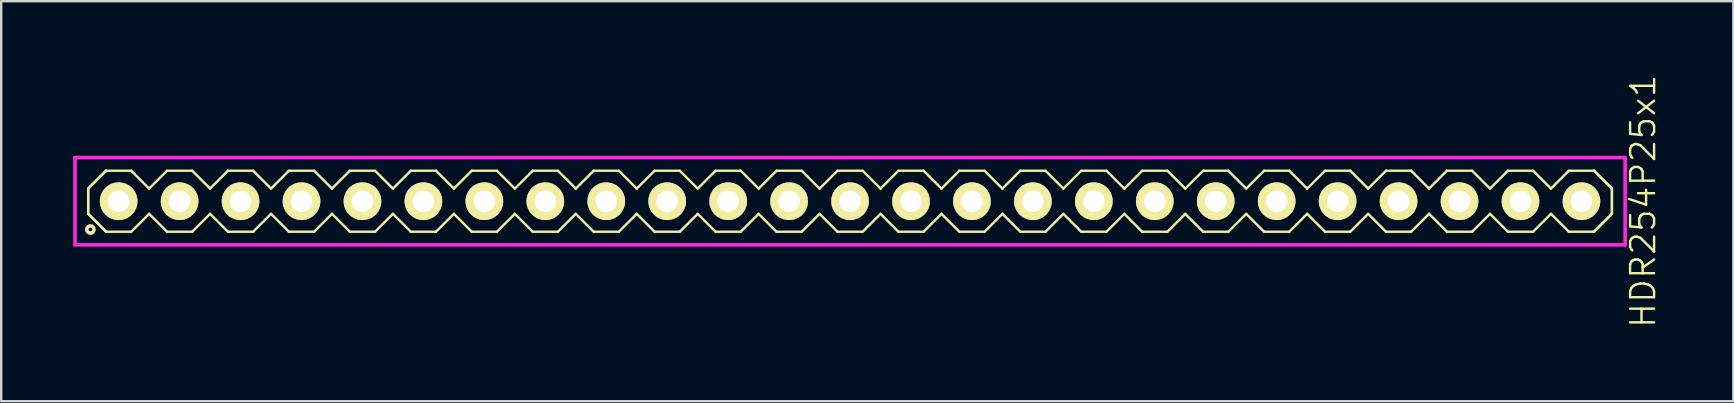
<source format=kicad_pcb>
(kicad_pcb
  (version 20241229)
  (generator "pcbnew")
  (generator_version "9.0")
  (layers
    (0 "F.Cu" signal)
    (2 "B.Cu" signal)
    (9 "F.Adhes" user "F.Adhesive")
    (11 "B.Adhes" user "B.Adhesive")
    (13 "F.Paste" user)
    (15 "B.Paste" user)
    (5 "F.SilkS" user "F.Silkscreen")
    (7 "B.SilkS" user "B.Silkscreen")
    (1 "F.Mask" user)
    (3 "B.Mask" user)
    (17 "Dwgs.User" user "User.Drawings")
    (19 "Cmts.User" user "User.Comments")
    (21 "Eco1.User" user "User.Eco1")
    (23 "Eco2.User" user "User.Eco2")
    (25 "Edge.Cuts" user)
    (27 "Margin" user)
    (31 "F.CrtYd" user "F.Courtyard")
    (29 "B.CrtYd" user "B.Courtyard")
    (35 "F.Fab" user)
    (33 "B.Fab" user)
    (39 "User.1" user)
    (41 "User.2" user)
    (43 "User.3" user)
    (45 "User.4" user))
  (footprint "HDR254P25x1"
    (layer "F.Cu")
    (at 32.375 5.336)
    (property "Reference" "HDR254P25x1" (at 33.05 0 90) (layer "F.SilkS") (effects (font (size 1 1) (thickness 0.1))))
    (attr through_hole)
    (fp_line (start -31.75 -0.526) (end -31.006 -1.27) (stroke (width 0.1) (type solid)) (layer "F.SilkS"))
    (fp_line (start -31.75 -0.526) (end -31.006 -1.27) (stroke (width 0.1) (type solid)) (layer "F.SilkS"))
    (fp_line (start -31.75 0.526) (end -31.75 -0.526) (stroke (width 0.1) (type solid)) (layer "F.SilkS"))
    (fp_line (start -31.75 0.526) (end -31.75 -0.526) (stroke (width 0.1) (type solid)) (layer "F.SilkS"))
    (fp_line (start -31.006 -1.27) (end -29.954 -1.27) (stroke (width 0.1) (type solid)) (layer "F.SilkS"))
    (fp_line (start -31.006 1.27) (end -31.75 0.526) (stroke (width 0.1) (type solid)) (layer "F.SilkS"))
    (fp_line (start -31.006 1.27) (end -31.75 0.526) (stroke (width 0.1) (type solid)) (layer "F.SilkS"))
    (fp_line (start -29.954 -1.27) (end -29.21 -0.526) (stroke (width 0.1) (type solid)) (layer "F.SilkS"))
    (fp_line (start -29.954 1.27) (end -31.006 1.27) (stroke (width 0.1) (type solid)) (layer "F.SilkS"))
    (fp_line (start -29.21 -0.526) (end -28.466 -1.27) (stroke (width 0.1) (type solid)) (layer "F.SilkS"))
    (fp_line (start -29.21 0.526) (end -29.954 1.27) (stroke (width 0.1) (type solid)) (layer "F.SilkS"))
    (fp_line (start -28.466 -1.27) (end -27.414 -1.27) (stroke (width 0.1) (type solid)) (layer "F.SilkS"))
    (fp_line (start -28.466 1.27) (end -29.21 0.526) (stroke (width 0.1) (type solid)) (layer "F.SilkS"))
    (fp_line (start -27.414 -1.27) (end -26.67 -0.526) (stroke (width 0.1) (type solid)) (layer "F.SilkS"))
    (fp_line (start -27.414 1.27) (end -28.466 1.27) (stroke (width 0.1) (type solid)) (layer "F.SilkS"))
    (fp_line (start -26.67 -0.526) (end -25.926 -1.27) (stroke (width 0.1) (type solid)) (layer "F.SilkS"))
    (fp_line (start -26.67 0.526) (end -27.414 1.27) (stroke (width 0.1) (type solid)) (layer "F.SilkS"))
    (fp_line (start -25.926 -1.27) (end -24.874 -1.27) (stroke (width 0.1) (type solid)) (layer "F.SilkS"))
    (fp_line (start -25.926 1.27) (end -26.67 0.526) (stroke (width 0.1) (type solid)) (layer "F.SilkS"))
    (fp_line (start -24.874 -1.27) (end -24.13 -0.526) (stroke (width 0.1) (type solid)) (layer "F.SilkS"))
    (fp_line (start -24.874 1.27) (end -25.926 1.27) (stroke (width 0.1) (type solid)) (layer "F.SilkS"))
    (fp_line (start -24.13 -0.526) (end -23.386 -1.27) (stroke (width 0.1) (type solid)) (layer "F.SilkS"))
    (fp_line (start -24.13 0.526) (end -24.874 1.27) (stroke (width 0.1) (type solid)) (layer "F.SilkS"))
    (fp_line (start -23.386 -1.27) (end -22.334 -1.27) (stroke (width 0.1) (type solid)) (layer "F.SilkS"))
    (fp_line (start -23.386 1.27) (end -24.13 0.526) (stroke (width 0.1) (type solid)) (layer "F.SilkS"))
    (fp_line (start -22.334 -1.27) (end -21.59 -0.526) (stroke (width 0.1) (type solid)) (layer "F.SilkS"))
    (fp_line (start -22.334 1.27) (end -23.386 1.27) (stroke (width 0.1) (type solid)) (layer "F.SilkS"))
    (fp_line (start -21.59 -0.526) (end -20.846 -1.27) (stroke (width 0.1) (type solid)) (layer "F.SilkS"))
    (fp_line (start -21.59 0.526) (end -22.334 1.27) (stroke (width 0.1) (type solid)) (layer "F.SilkS"))
    (fp_line (start -20.846 -1.27) (end -19.794 -1.27) (stroke (width 0.1) (type solid)) (layer "F.SilkS"))
    (fp_line (start -20.846 1.27) (end -21.59 0.526) (stroke (width 0.1) (type solid)) (layer "F.SilkS"))
    (fp_line (start -19.794 -1.27) (end -19.05 -0.526) (stroke (width 0.1) (type solid)) (layer "F.SilkS"))
    (fp_line (start -19.794 1.27) (end -20.846 1.27) (stroke (width 0.1) (type solid)) (layer "F.SilkS"))
    (fp_line (start -19.05 -0.526) (end -18.306 -1.27) (stroke (width 0.1) (type solid)) (layer "F.SilkS"))
    (fp_line (start -19.05 0.526) (end -19.794 1.27) (stroke (width 0.1) (type solid)) (layer "F.SilkS"))
    (fp_line (start -18.306 -1.27) (end -17.254 -1.27) (stroke (width 0.1) (type solid)) (layer "F.SilkS"))
    (fp_line (start -18.306 1.27) (end -19.05 0.526) (stroke (width 0.1) (type solid)) (layer "F.SilkS"))
    (fp_line (start -17.254 -1.27) (end -16.51 -0.526) (stroke (width 0.1) (type solid)) (layer "F.SilkS"))
    (fp_line (start -17.254 1.27) (end -18.306 1.27) (stroke (width 0.1) (type solid)) (layer "F.SilkS"))
    (fp_line (start -16.51 -0.526) (end -15.766 -1.27) (stroke (width 0.1) (type solid)) (layer "F.SilkS"))
    (fp_line (start -16.51 0.526) (end -17.254 1.27) (stroke (width 0.1) (type solid)) (layer "F.SilkS"))
    (fp_line (start -15.766 -1.27) (end -14.714 -1.27) (stroke (width 0.1) (type solid)) (layer "F.SilkS"))
    (fp_line (start -15.766 1.27) (end -16.51 0.526) (stroke (width 0.1) (type solid)) (layer "F.SilkS"))
    (fp_line (start -14.714 -1.27) (end -13.97 -0.526) (stroke (width 0.1) (type solid)) (layer "F.SilkS"))
    (fp_line (start -14.714 1.27) (end -15.766 1.27) (stroke (width 0.1) (type solid)) (layer "F.SilkS"))
    (fp_line (start -13.97 -0.526) (end -13.226 -1.27) (stroke (width 0.1) (type solid)) (layer "F.SilkS"))
    (fp_line (start -13.97 0.526) (end -14.714 1.27) (stroke (width 0.1) (type solid)) (layer "F.SilkS"))
    (fp_line (start -13.226 -1.27) (end -12.174 -1.27) (stroke (width 0.1) (type solid)) (layer "F.SilkS"))
    (fp_line (start -13.226 1.27) (end -13.97 0.526) (stroke (width 0.1) (type solid)) (layer "F.SilkS"))
    (fp_line (start -12.174 -1.27) (end -11.43 -0.526) (stroke (width 0.1) (type solid)) (layer "F.SilkS"))
    (fp_line (start -12.174 1.27) (end -13.226 1.27) (stroke (width 0.1) (type solid)) (layer "F.SilkS"))
    (fp_line (start -11.43 -0.526) (end -10.686 -1.27) (stroke (width 0.1) (type solid)) (layer "F.SilkS"))
    (fp_line (start -11.43 0.526) (end -12.174 1.27) (stroke (width 0.1) (type solid)) (layer "F.SilkS"))
    (fp_line (start -10.686 -1.27) (end -9.634 -1.27) (stroke (width 0.1) (type solid)) (layer "F.SilkS"))
    (fp_line (start -10.686 1.27) (end -11.43 0.526) (stroke (width 0.1) (type solid)) (layer "F.SilkS"))
    (fp_line (start -9.634 -1.27) (end -8.89 -0.526) (stroke (width 0.1) (type solid)) (layer "F.SilkS"))
    (fp_line (start -9.634 1.27) (end -10.686 1.27) (stroke (width 0.1) (type solid)) (layer "F.SilkS"))
    (fp_line (start -8.89 -0.526) (end -8.146 -1.27) (stroke (width 0.1) (type solid)) (layer "F.SilkS"))
    (fp_line (start -8.89 0.526) (end -9.634 1.27) (stroke (width 0.1) (type solid)) (layer "F.SilkS"))
    (fp_line (start -8.146 -1.27) (end -7.094 -1.27) (stroke (width 0.1) (type solid)) (layer "F.SilkS"))
    (fp_line (start -8.146 1.27) (end -8.89 0.526) (stroke (width 0.1) (type solid)) (layer "F.SilkS"))
    (fp_line (start -7.094 -1.27) (end -6.35 -0.526) (stroke (width 0.1) (type solid)) (layer "F.SilkS"))
    (fp_line (start -7.094 1.27) (end -8.146 1.27) (stroke (width 0.1) (type solid)) (layer "F.SilkS"))
    (fp_line (start -6.35 -0.526) (end -5.606 -1.27) (stroke (width 0.1) (type solid)) (layer "F.SilkS"))
    (fp_line (start -6.35 0.526) (end -7.094 1.27) (stroke (width 0.1) (type solid)) (layer "F.SilkS"))
    (fp_line (start -5.606 -1.27) (end -4.554 -1.27) (stroke (width 0.1) (type solid)) (layer "F.SilkS"))
    (fp_line (start -5.606 1.27) (end -6.35 0.526) (stroke (width 0.1) (type solid)) (layer "F.SilkS"))
    (fp_line (start -4.554 -1.27) (end -3.81 -0.526) (stroke (width 0.1) (type solid)) (layer "F.SilkS"))
    (fp_line (start -4.554 1.27) (end -5.606 1.27) (stroke (width 0.1) (type solid)) (layer "F.SilkS"))
    (fp_line (start -3.81 -0.526) (end -3.066 -1.27) (stroke (width 0.1) (type solid)) (layer "F.SilkS"))
    (fp_line (start -3.81 0.526) (end -4.554 1.27) (stroke (width 0.1) (type solid)) (layer "F.SilkS"))
    (fp_line (start -3.066 -1.27) (end -2.014 -1.27) (stroke (width 0.1) (type solid)) (layer "F.SilkS"))
    (fp_line (start -3.066 1.27) (end -3.81 0.526) (stroke (width 0.1) (type solid)) (layer "F.SilkS"))
    (fp_line (start -2.014 -1.27) (end -1.27 -0.526) (stroke (width 0.1) (type solid)) (layer "F.SilkS"))
    (fp_line (start -2.014 1.27) (end -3.066 1.27) (stroke (width 0.1) (type solid)) (layer "F.SilkS"))
    (fp_line (start -1.27 -0.526) (end -0.526 -1.27) (stroke (width 0.1) (type solid)) (layer "F.SilkS"))
    (fp_line (start -1.27 0.526) (end -2.014 1.27) (stroke (width 0.1) (type solid)) (layer "F.SilkS"))
    (fp_line (start -0.526 -1.27) (end 0.526 -1.27) (stroke (width 0.1) (type solid)) (layer "F.SilkS"))
    (fp_line (start -0.526 1.27) (end -1.27 0.526) (stroke (width 0.1) (type solid)) (layer "F.SilkS"))
    (fp_line (start 0.526 -1.27) (end 1.27 -0.526) (stroke (width 0.1) (type solid)) (layer "F.SilkS"))
    (fp_line (start 0.526 1.27) (end -0.526 1.27) (stroke (width 0.1) (type solid)) (layer "F.SilkS"))
    (fp_line (start 1.27 -0.526) (end 2.014 -1.27) (stroke (width 0.1) (type solid)) (layer "F.SilkS"))
    (fp_line (start 1.27 0.526) (end 0.526 1.27) (stroke (width 0.1) (type solid)) (layer "F.SilkS"))
    (fp_line (start 2.014 -1.27) (end 3.066 -1.27) (stroke (width 0.1) (type solid)) (layer "F.SilkS"))
    (fp_line (start 2.014 1.27) (end 1.27 0.526) (stroke (width 0.1) (type solid)) (layer "F.SilkS"))
    (fp_line (start 3.066 -1.27) (end 3.81 -0.526) (stroke (width 0.1) (type solid)) (layer "F.SilkS"))
    (fp_line (start 3.066 1.27) (end 2.014 1.27) (stroke (width 0.1) (type solid)) (layer "F.SilkS"))
    (fp_line (start 3.81 -0.526) (end 4.554 -1.27) (stroke (width 0.1) (type solid)) (layer "F.SilkS"))
    (fp_line (start 3.81 0.526) (end 3.066 1.27) (stroke (width 0.1) (type solid)) (layer "F.SilkS"))
    (fp_line (start 4.554 -1.27) (end 5.606 -1.27) (stroke (width 0.1) (type solid)) (layer "F.SilkS"))
    (fp_line (start 4.554 1.27) (end 3.81 0.526) (stroke (width 0.1) (type solid)) (layer "F.SilkS"))
    (fp_line (start 5.606 -1.27) (end 6.35 -0.526) (stroke (width 0.1) (type solid)) (layer "F.SilkS"))
    (fp_line (start 5.606 1.27) (end 4.554 1.27) (stroke (width 0.1) (type solid)) (layer "F.SilkS"))
    (fp_line (start 6.35 -0.526) (end 7.094 -1.27) (stroke (width 0.1) (type solid)) (layer "F.SilkS"))
    (fp_line (start 6.35 0.526) (end 5.606 1.27) (stroke (width 0.1) (type solid)) (layer "F.SilkS"))
    (fp_line (start 7.094 -1.27) (end 8.146 -1.27) (stroke (width 0.1) (type solid)) (layer "F.SilkS"))
    (fp_line (start 7.094 1.27) (end 6.35 0.526) (stroke (width 0.1) (type solid)) (layer "F.SilkS"))
    (fp_line (start 8.146 -1.27) (end 8.89 -0.526) (stroke (width 0.1) (type solid)) (layer "F.SilkS"))
    (fp_line (start 8.146 1.27) (end 7.094 1.27) (stroke (width 0.1) (type solid)) (layer "F.SilkS"))
    (fp_line (start 8.89 -0.526) (end 9.634 -1.27) (stroke (width 0.1) (type solid)) (layer "F.SilkS"))
    (fp_line (start 8.89 0.526) (end 8.146 1.27) (stroke (width 0.1) (type solid)) (layer "F.SilkS"))
    (fp_line (start 9.634 -1.27) (end 10.686 -1.27) (stroke (width 0.1) (type solid)) (layer "F.SilkS"))
    (fp_line (start 9.634 1.27) (end 8.89 0.526) (stroke (width 0.1) (type solid)) (layer "F.SilkS"))
    (fp_line (start 10.686 -1.27) (end 11.43 -0.526) (stroke (width 0.1) (type solid)) (layer "F.SilkS"))
    (fp_line (start 10.686 1.27) (end 9.634 1.27) (stroke (width 0.1) (type solid)) (layer "F.SilkS"))
    (fp_line (start 11.43 -0.526) (end 12.174 -1.27) (stroke (width 0.1) (type solid)) (layer "F.SilkS"))
    (fp_line (start 11.43 0.526) (end 10.686 1.27) (stroke (width 0.1) (type solid)) (layer "F.SilkS"))
    (fp_line (start 12.174 -1.27) (end 13.226 -1.27) (stroke (width 0.1) (type solid)) (layer "F.SilkS"))
    (fp_line (start 12.174 1.27) (end 11.43 0.526) (stroke (width 0.1) (type solid)) (layer "F.SilkS"))
    (fp_line (start 13.226 -1.27) (end 13.97 -0.526) (stroke (width 0.1) (type solid)) (layer "F.SilkS"))
    (fp_line (start 13.226 1.27) (end 12.174 1.27) (stroke (width 0.1) (type solid)) (layer "F.SilkS"))
    (fp_line (start 13.97 -0.526) (end 14.714 -1.27) (stroke (width 0.1) (type solid)) (layer "F.SilkS"))
    (fp_line (start 13.97 0.526) (end 13.226 1.27) (stroke (width 0.1) (type solid)) (layer "F.SilkS"))
    (fp_line (start 14.714 -1.27) (end 15.766 -1.27) (stroke (width 0.1) (type solid)) (layer "F.SilkS"))
    (fp_line (start 14.714 1.27) (end 13.97 0.526) (stroke (width 0.1) (type solid)) (layer "F.SilkS"))
    (fp_line (start 15.766 -1.27) (end 16.51 -0.526) (stroke (width 0.1) (type solid)) (layer "F.SilkS"))
    (fp_line (start 15.766 1.27) (end 14.714 1.27) (stroke (width 0.1) (type solid)) (layer "F.SilkS"))
    (fp_line (start 16.51 -0.526) (end 17.254 -1.27) (stroke (width 0.1) (type solid)) (layer "F.SilkS"))
    (fp_line (start 16.51 0.526) (end 15.766 1.27) (stroke (width 0.1) (type solid)) (layer "F.SilkS"))
    (fp_line (start 17.254 -1.27) (end 18.306 -1.27) (stroke (width 0.1) (type solid)) (layer "F.SilkS"))
    (fp_line (start 17.254 1.27) (end 16.51 0.526) (stroke (width 0.1) (type solid)) (layer "F.SilkS"))
    (fp_line (start 18.306 -1.27) (end 19.05 -0.526) (stroke (width 0.1) (type solid)) (layer "F.SilkS"))
    (fp_line (start 18.306 1.27) (end 17.254 1.27) (stroke (width 0.1) (type solid)) (layer "F.SilkS"))
    (fp_line (start 19.05 -0.526) (end 19.794 -1.27) (stroke (width 0.1) (type solid)) (layer "F.SilkS"))
    (fp_line (start 19.05 0.526) (end 18.306 1.27) (stroke (width 0.1) (type solid)) (layer "F.SilkS"))
    (fp_line (start 19.794 -1.27) (end 20.846 -1.27) (stroke (width 0.1) (type solid)) (layer "F.SilkS"))
    (fp_line (start 19.794 1.27) (end 19.05 0.526) (stroke (width 0.1) (type solid)) (layer "F.SilkS"))
    (fp_line (start 20.846 -1.27) (end 21.59 -0.526) (stroke (width 0.1) (type solid)) (layer "F.SilkS"))
    (fp_line (start 20.846 1.27) (end 19.794 1.27) (stroke (width 0.1) (type solid)) (layer "F.SilkS"))
    (fp_line (start 21.59 -0.526) (end 22.334 -1.27) (stroke (width 0.1) (type solid)) (layer "F.SilkS"))
    (fp_line (start 21.59 0.526) (end 20.846 1.27) (stroke (width 0.1) (type solid)) (layer "F.SilkS"))
    (fp_line (start 22.334 -1.27) (end 23.386 -1.27) (stroke (width 0.1) (type solid)) (layer "F.SilkS"))
    (fp_line (start 22.334 1.27) (end 21.59 0.526) (stroke (width 0.1) (type solid)) (layer "F.SilkS"))
    (fp_line (start 23.386 -1.27) (end 24.13 -0.526) (stroke (width 0.1) (type solid)) (layer "F.SilkS"))
    (fp_line (start 23.386 1.27) (end 22.334 1.27) (stroke (width 0.1) (type solid)) (layer "F.SilkS"))
    (fp_line (start 24.13 -0.526) (end 24.874 -1.27) (stroke (width 0.1) (type solid)) (layer "F.SilkS"))
    (fp_line (start 24.13 0.526) (end 23.386 1.27) (stroke (width 0.1) (type solid)) (layer "F.SilkS"))
    (fp_line (start 24.874 -1.27) (end 25.926 -1.27) (stroke (width 0.1) (type solid)) (layer "F.SilkS"))
    (fp_line (start 24.874 1.27) (end 24.13 0.526) (stroke (width 0.1) (type solid)) (layer "F.SilkS"))
    (fp_line (start 25.926 -1.27) (end 26.67 -0.526) (stroke (width 0.1) (type solid)) (layer "F.SilkS"))
    (fp_line (start 25.926 1.27) (end 24.874 1.27) (stroke (width 0.1) (type solid)) (layer "F.SilkS"))
    (fp_line (start 26.67 -0.526) (end 27.414 -1.27) (stroke (width 0.1) (type solid)) (layer "F.SilkS"))
    (fp_line (start 26.67 0.526) (end 25.926 1.27) (stroke (width 0.1) (type solid)) (layer "F.SilkS"))
    (fp_line (start 27.414 -1.27) (end 28.466 -1.27) (stroke (width 0.1) (type solid)) (layer "F.SilkS"))
    (fp_line (start 27.414 1.27) (end 26.67 0.526) (stroke (width 0.1) (type solid)) (layer "F.SilkS"))
    (fp_line (start 28.466 -1.27) (end 29.21 -0.526) (stroke (width 0.1) (type solid)) (layer "F.SilkS"))
    (fp_line (start 28.466 1.27) (end 27.414 1.27) (stroke (width 0.1) (type solid)) (layer "F.SilkS"))
    (fp_line (start 29.21 -0.526) (end 29.954 -1.27) (stroke (width 0.1) (type solid)) (layer "F.SilkS"))
    (fp_line (start 29.21 0.526) (end 28.466 1.27) (stroke (width 0.1) (type solid)) (layer "F.SilkS"))
    (fp_line (start 29.954 -1.27) (end 31.006 -1.27) (stroke (width 0.1) (type solid)) (layer "F.SilkS"))
    (fp_line (start 29.954 1.27) (end 29.21 0.526) (stroke (width 0.1) (type solid)) (layer "F.SilkS"))
    (fp_line (start 31.006 -1.27) (end 31.75 -0.526) (stroke (width 0.1) (type solid)) (layer "F.SilkS"))
    (fp_line (start 31.006 -1.27) (end 31.75 -0.526) (stroke (width 0.1) (type solid)) (layer "F.SilkS"))
    (fp_line (start 31.006 1.27) (end 29.954 1.27) (stroke (width 0.1) (type solid)) (layer "F.SilkS"))
    (fp_line (start 31.75 -0.526) (end 31.75 0.526) (stroke (width 0.1) (type solid)) (layer "F.SilkS"))
    (fp_line (start 31.75 -0.526) (end 31.75 0.526) (stroke (width 0.1) (type solid)) (layer "F.SilkS"))
    (fp_line (start 31.75 0.526) (end 31.006 1.27) (stroke (width 0.1) (type solid)) (layer "F.SilkS"))
    (fp_line (start 31.75 0.526) (end 31.006 1.27) (stroke (width 0.1) (type solid)) (layer "F.SilkS"))
    (fp_circle (center -31.658 1.178) (end -31.508 1.178) (stroke (width 0.15) (type solid)) (fill no) (layer "F.SilkS"))
    (fp_line (start -32.3 -1.82) (end -32.3 1.82) (stroke (width 0.15) (type solid)) (layer "F.CrtYd"))
    (fp_line (start -32.3 1.82) (end 32.3 1.82) (stroke (width 0.15) (type solid)) (layer "F.CrtYd"))
    (fp_line (start 32.3 -1.82) (end -32.3 -1.82) (stroke (width 0.15) (type solid)) (layer "F.CrtYd"))
    (fp_line (start 32.3 1.82) (end 32.3 -1.82) (stroke (width 0.15) (type solid)) (layer "F.CrtYd"))
    (pad "1" thru_hole oval (at -30.48 0) (size 1.57 1.57) (drill 0.9) (layers "*.Cu" "*.Mask" "F.SilkS"))
    (pad "2" thru_hole oval (at -27.94 0) (size 1.57 1.57) (drill 0.9) (layers "*.Cu" "*.Mask" "F.SilkS"))
    (pad "3" thru_hole oval (at -25.4 0) (size 1.57 1.57) (drill 0.9) (layers "*.Cu" "*.Mask" "F.SilkS"))
    (pad "4" thru_hole oval (at -22.86 0) (size 1.57 1.57) (drill 0.9) (layers "*.Cu" "*.Mask" "F.SilkS"))
    (pad "5" thru_hole oval (at -20.32 0) (size 1.57 1.57) (drill 0.9) (layers "*.Cu" "*.Mask" "F.SilkS"))
    (pad "6" thru_hole oval (at -17.78 0) (size 1.57 1.57) (drill 0.9) (layers "*.Cu" "*.Mask" "F.SilkS"))
    (pad "7" thru_hole oval (at -15.24 0) (size 1.57 1.57) (drill 0.9) (layers "*.Cu" "*.Mask" "F.SilkS"))
    (pad "8" thru_hole oval (at -12.7 0) (size 1.57 1.57) (drill 0.9) (layers "*.Cu" "*.Mask" "F.SilkS"))
    (pad "9" thru_hole oval (at -10.16 0) (size 1.57 1.57) (drill 0.9) (layers "*.Cu" "*.Mask" "F.SilkS"))
    (pad "10" thru_hole oval (at -7.62 0) (size 1.57 1.57) (drill 0.9) (layers "*.Cu" "*.Mask" "F.SilkS"))
    (pad "11" thru_hole oval (at -5.08 0) (size 1.57 1.57) (drill 0.9) (layers "*.Cu" "*.Mask" "F.SilkS"))
    (pad "12" thru_hole oval (at -2.54 0) (size 1.57 1.57) (drill 0.9) (layers "*.Cu" "*.Mask" "F.SilkS"))
    (pad "13" thru_hole oval (at 0 0) (size 1.57 1.57) (drill 0.9) (layers "*.Cu" "*.Mask" "F.SilkS"))
    (pad "14" thru_hole oval (at 2.54 0) (size 1.57 1.57) (drill 0.9) (layers "*.Cu" "*.Mask" "F.SilkS"))
    (pad "15" thru_hole oval (at 5.08 0) (size 1.57 1.57) (drill 0.9) (layers "*.Cu" "*.Mask" "F.SilkS"))
    (pad "16" thru_hole oval (at 7.62 0) (size 1.57 1.57) (drill 0.9) (layers "*.Cu" "*.Mask" "F.SilkS"))
    (pad "17" thru_hole oval (at 10.16 0) (size 1.57 1.57) (drill 0.9) (layers "*.Cu" "*.Mask" "F.SilkS"))
    (pad "18" thru_hole oval (at 12.7 0) (size 1.57 1.57) (drill 0.9) (layers "*.Cu" "*.Mask" "F.SilkS"))
    (pad "19" thru_hole oval (at 15.24 0) (size 1.57 1.57) (drill 0.9) (layers "*.Cu" "*.Mask" "F.SilkS"))
    (pad "20" thru_hole oval (at 17.78 0) (size 1.57 1.57) (drill 0.9) (layers "*.Cu" "*.Mask" "F.SilkS"))
    (pad "21" thru_hole oval (at 20.32 0) (size 1.57 1.57) (drill 0.9) (layers "*.Cu" "*.Mask" "F.SilkS"))
    (pad "22" thru_hole oval (at 22.86 0) (size 1.57 1.57) (drill 0.9) (layers "*.Cu" "*.Mask" "F.SilkS"))
    (pad "23" thru_hole oval (at 25.4 0) (size 1.57 1.57) (drill 0.9) (layers "*.Cu" "*.Mask" "F.SilkS"))
    (pad "24" thru_hole oval (at 27.94 0) (size 1.57 1.57) (drill 0.9) (layers "*.Cu" "*.Mask" "F.SilkS"))
    (pad "25" thru_hole oval (at 30.48 0) (size 1.57 1.57) (drill 0.9) (layers "*.Cu" "*.Mask" "F.SilkS")))
  (gr_rect
    (start -3 -3)
    (end 69.186 13.671)
    (stroke (width 0.1) (type default))
    (fill no)
    (layer "Edge.Cuts")))
</source>
